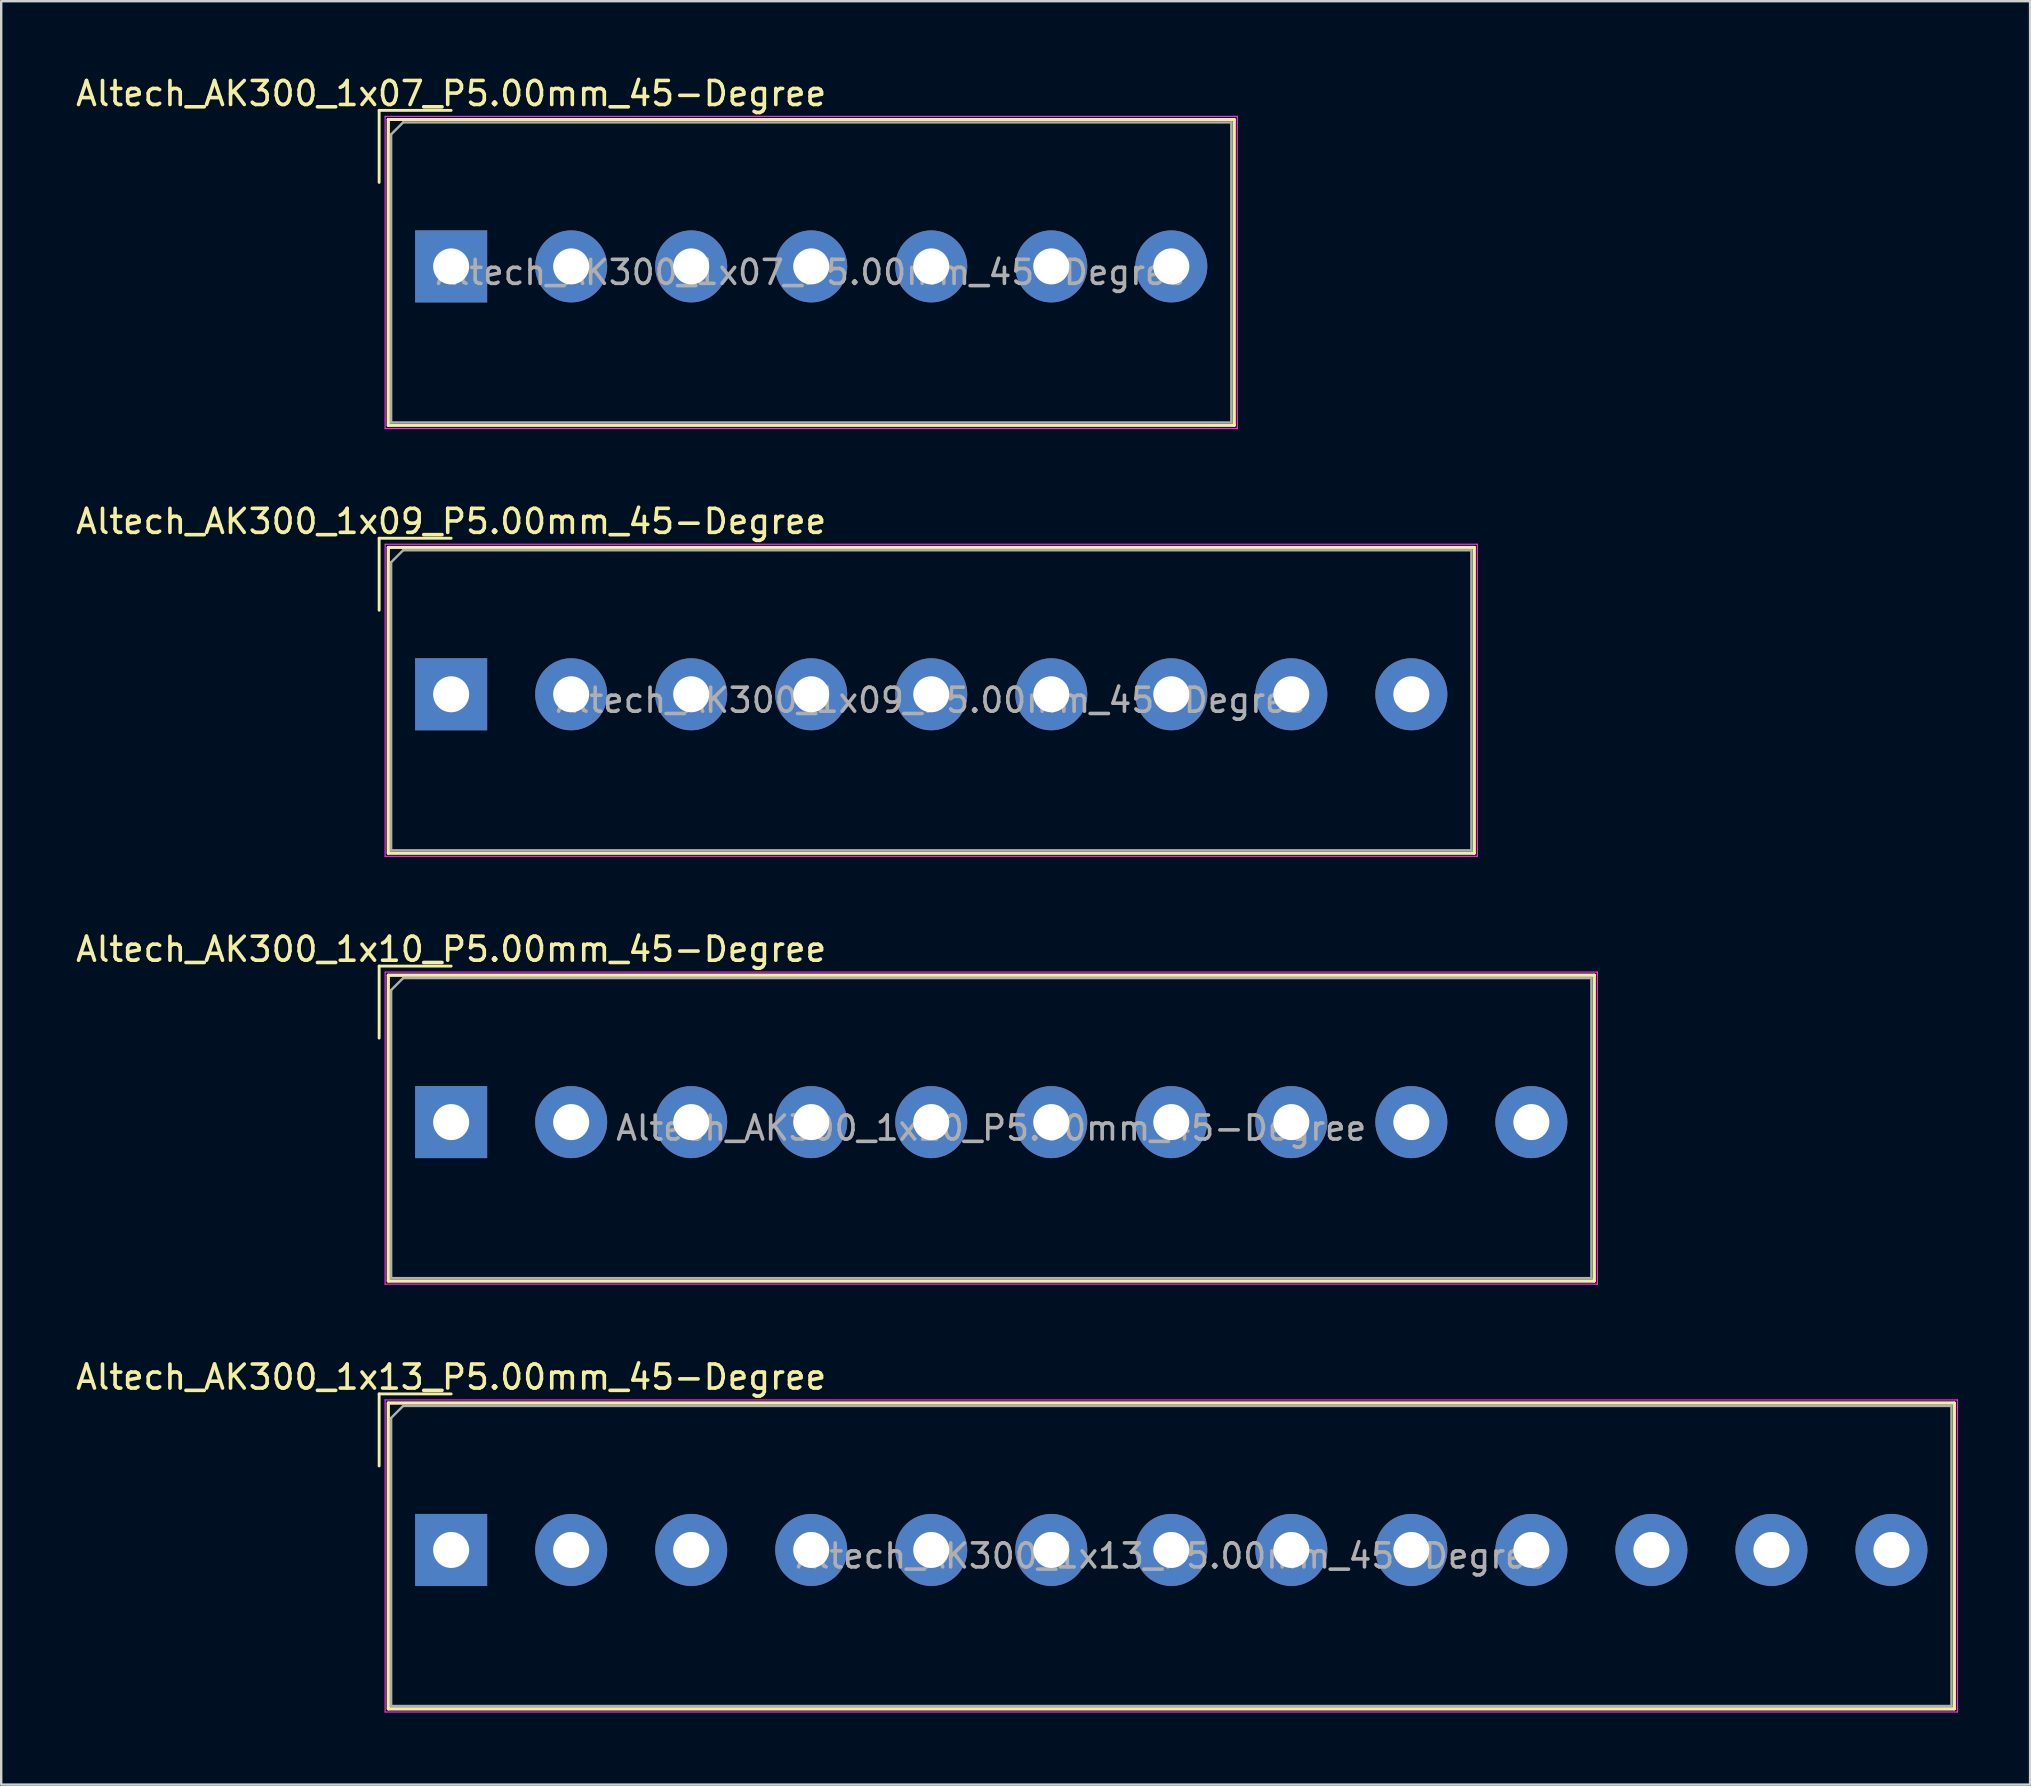
<source format=kicad_pcb>
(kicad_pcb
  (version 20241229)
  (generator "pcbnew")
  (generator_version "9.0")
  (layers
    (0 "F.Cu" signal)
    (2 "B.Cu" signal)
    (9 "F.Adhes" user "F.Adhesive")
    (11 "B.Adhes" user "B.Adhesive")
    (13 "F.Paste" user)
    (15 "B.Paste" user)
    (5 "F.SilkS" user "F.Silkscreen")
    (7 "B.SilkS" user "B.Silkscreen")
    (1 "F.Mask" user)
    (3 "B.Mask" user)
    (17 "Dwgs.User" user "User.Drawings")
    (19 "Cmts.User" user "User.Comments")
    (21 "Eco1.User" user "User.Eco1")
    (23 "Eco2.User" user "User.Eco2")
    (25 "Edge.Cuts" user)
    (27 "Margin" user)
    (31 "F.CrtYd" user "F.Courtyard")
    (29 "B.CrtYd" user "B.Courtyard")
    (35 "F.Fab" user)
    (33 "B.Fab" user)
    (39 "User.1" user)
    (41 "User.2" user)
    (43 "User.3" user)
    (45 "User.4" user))
  (footprint "Altech_AK300_1x13_P5.00mm_45-Degree"
    (layer "F.Cu")
    (at 15.744 61.518)
    (property "Reference" "Altech_AK300_1x13_P5.00mm_45-Degree" (at 0 -7.2 0) (layer "F.SilkS") (effects (font (size 1 1) (thickness 0.15))))
    (attr through_hole)
    (fp_line (start -3 -6.5) (end 0 -6.5) (stroke (width 0.12) (type solid)) (layer "F.SilkS"))
    (fp_line (start -3 -3.5) (end -3 -6.5) (stroke (width 0.12) (type solid)) (layer "F.SilkS"))
    (fp_line (start -2.62 -6.12) (end -2.62 6.62) (stroke (width 0.12) (type solid)) (layer "F.SilkS"))
    (fp_line (start -2.62 -6.12) (end -2.62 6.62) (stroke (width 0.12) (type solid)) (layer "F.SilkS"))
    (fp_line (start -2.62 -6.12) (end 62.62 -6.12) (stroke (width 0.12) (type solid)) (layer "F.SilkS"))
    (fp_line (start -2.62 -6.12) (end 62.62 -6.12) (stroke (width 0.12) (type solid)) (layer "F.SilkS"))
    (fp_line (start -2.62 6.62) (end 62.62 6.62) (stroke (width 0.12) (type solid)) (layer "F.SilkS"))
    (fp_line (start -2.62 6.62) (end 62.62 6.62) (stroke (width 0.12) (type solid)) (layer "F.SilkS"))
    (fp_line (start 62.62 -6.12) (end 62.62 6.62) (stroke (width 0.12) (type solid)) (layer "F.SilkS"))
    (fp_line (start 62.62 -6.12) (end 62.62 6.62) (stroke (width 0.12) (type solid)) (layer "F.SilkS"))
    (fp_line (start -2.75 -6.25) (end -2.75 6.75) (stroke (width 0.05) (type solid)) (layer "F.CrtYd"))
    (fp_line (start -2.75 -6.25) (end 62.75 -6.25) (stroke (width 0.05) (type solid)) (layer "F.CrtYd"))
    (fp_line (start -2.75 6.75) (end 62.75 6.75) (stroke (width 0.05) (type solid)) (layer "F.CrtYd"))
    (fp_line (start 62.75 -6.25) (end 62.75 6.75) (stroke (width 0.05) (type solid)) (layer "F.CrtYd"))
    (fp_line (start -2.5 -5.5) (end -2 -6) (stroke (width 0.1) (type solid)) (layer "F.Fab"))
    (fp_line (start -2.5 6.5) (end -2.5 -5.5) (stroke (width 0.1) (type solid)) (layer "F.Fab"))
    (fp_line (start -2 -6) (end 62.5 -6) (stroke (width 0.1) (type solid)) (layer "F.Fab"))
    (fp_line (start 62.5 -6) (end 62.5 6.5) (stroke (width 0.1) (type solid)) (layer "F.Fab"))
    (fp_line (start 62.5 6.5) (end -2.5 6.5) (stroke (width 0.1) (type solid)) (layer "F.Fab"))
    (fp_text user "${REFERENCE}" (at 30 0.25 0) (layer "F.Fab") (effects (font (size 1 1) (thickness 0.15))))
    (pad "1" thru_hole rect (at 0 0) (size 3 3) (drill 1.5) (layers "*.Cu" "*.Mask"))
    (pad "2" thru_hole circle (at 5 0) (size 3 3) (drill 1.5) (layers "*.Cu" "*.Mask"))
    (pad "3" thru_hole circle (at 10 0) (size 3 3) (drill 1.5) (layers "*.Cu" "*.Mask"))
    (pad "4" thru_hole circle (at 15 0) (size 3 3) (drill 1.5) (layers "*.Cu" "*.Mask"))
    (pad "5" thru_hole circle (at 20 0) (size 3 3) (drill 1.5) (layers "*.Cu" "*.Mask"))
    (pad "6" thru_hole circle (at 25 0) (size 3 3) (drill 1.5) (layers "*.Cu" "*.Mask"))
    (pad "7" thru_hole circle (at 30 0) (size 3 3) (drill 1.5) (layers "*.Cu" "*.Mask"))
    (pad "8" thru_hole circle (at 35 0) (size 3 3) (drill 1.5) (layers "*.Cu" "*.Mask"))
    (pad "9" thru_hole circle (at 40 0) (size 3 3) (drill 1.5) (layers "*.Cu" "*.Mask"))
    (pad "10" thru_hole circle (at 45 0) (size 3 3) (drill 1.5) (layers "*.Cu" "*.Mask"))
    (pad "11" thru_hole circle (at 50 0) (size 3 3) (drill 1.5) (layers "*.Cu" "*.Mask"))
    (pad "12" thru_hole circle (at 55 0) (size 3 3) (drill 1.5) (layers "*.Cu" "*.Mask"))
    (pad "13" thru_hole circle (at 60 0) (size 3 3) (drill 1.5) (layers "*.Cu" "*.Mask")))
  (footprint "Altech_AK300_1x07_P5.00mm_45-Degree"
    (layer "F.Cu")
    (at 15.744 8.048)
    (property "Reference" "Altech_AK300_1x07_P5.00mm_45-Degree" (at 0 -7.2 0) (layer "F.SilkS") (effects (font (size 1 1) (thickness 0.15))))
    (attr through_hole)
    (fp_line (start -3 -6.5) (end 0 -6.5) (stroke (width 0.12) (type solid)) (layer "F.SilkS"))
    (fp_line (start -3 -3.5) (end -3 -6.5) (stroke (width 0.12) (type solid)) (layer "F.SilkS"))
    (fp_line (start -2.62 -6.12) (end -2.62 6.62) (stroke (width 0.12) (type solid)) (layer "F.SilkS"))
    (fp_line (start -2.62 -6.12) (end -2.62 6.62) (stroke (width 0.12) (type solid)) (layer "F.SilkS"))
    (fp_line (start -2.62 -6.12) (end 32.62 -6.12) (stroke (width 0.12) (type solid)) (layer "F.SilkS"))
    (fp_line (start -2.62 -6.12) (end 32.62 -6.12) (stroke (width 0.12) (type solid)) (layer "F.SilkS"))
    (fp_line (start -2.62 6.62) (end 32.62 6.62) (stroke (width 0.12) (type solid)) (layer "F.SilkS"))
    (fp_line (start -2.62 6.62) (end 32.62 6.62) (stroke (width 0.12) (type solid)) (layer "F.SilkS"))
    (fp_line (start 32.62 -6.12) (end 32.62 6.62) (stroke (width 0.12) (type solid)) (layer "F.SilkS"))
    (fp_line (start 32.62 -6.12) (end 32.62 6.62) (stroke (width 0.12) (type solid)) (layer "F.SilkS"))
    (fp_line (start -2.75 -6.25) (end -2.75 6.75) (stroke (width 0.05) (type solid)) (layer "F.CrtYd"))
    (fp_line (start -2.75 -6.25) (end 32.75 -6.25) (stroke (width 0.05) (type solid)) (layer "F.CrtYd"))
    (fp_line (start -2.75 6.75) (end 32.75 6.75) (stroke (width 0.05) (type solid)) (layer "F.CrtYd"))
    (fp_line (start 32.75 -6.25) (end 32.75 6.75) (stroke (width 0.05) (type solid)) (layer "F.CrtYd"))
    (fp_line (start -2.5 -5.5) (end -2 -6) (stroke (width 0.1) (type solid)) (layer "F.Fab"))
    (fp_line (start -2.5 6.5) (end -2.5 -5.5) (stroke (width 0.1) (type solid)) (layer "F.Fab"))
    (fp_line (start -2 -6) (end 32.5 -6) (stroke (width 0.1) (type solid)) (layer "F.Fab"))
    (fp_line (start 32.5 -6) (end 32.5 6.5) (stroke (width 0.1) (type solid)) (layer "F.Fab"))
    (fp_line (start 32.5 6.5) (end -2.5 6.5) (stroke (width 0.1) (type solid)) (layer "F.Fab"))
    (fp_text user "${REFERENCE}" (at 15 0.25 0) (layer "F.Fab") (effects (font (size 1 1) (thickness 0.15))))
    (pad "1" thru_hole rect (at 0 0) (size 3 3) (drill 1.5) (layers "*.Cu" "*.Mask"))
    (pad "2" thru_hole circle (at 5 0) (size 3 3) (drill 1.5) (layers "*.Cu" "*.Mask"))
    (pad "3" thru_hole circle (at 10 0) (size 3 3) (drill 1.5) (layers "*.Cu" "*.Mask"))
    (pad "4" thru_hole circle (at 15 0) (size 3 3) (drill 1.5) (layers "*.Cu" "*.Mask"))
    (pad "5" thru_hole circle (at 20 0) (size 3 3) (drill 1.5) (layers "*.Cu" "*.Mask"))
    (pad "6" thru_hole circle (at 25 0) (size 3 3) (drill 1.5) (layers "*.Cu" "*.Mask"))
    (pad "7" thru_hole circle (at 30 0) (size 3 3) (drill 1.5) (layers "*.Cu" "*.Mask")))
  (footprint "Altech_AK300_1x10_P5.00mm_45-Degree"
    (layer "F.Cu")
    (at 15.744 43.695)
    (property "Reference" "Altech_AK300_1x10_P5.00mm_45-Degree" (at 0 -7.2 0) (layer "F.SilkS") (effects (font (size 1 1) (thickness 0.15))))
    (attr through_hole)
    (fp_line (start -3 -6.5) (end 0 -6.5) (stroke (width 0.12) (type solid)) (layer "F.SilkS"))
    (fp_line (start -3 -3.5) (end -3 -6.5) (stroke (width 0.12) (type solid)) (layer "F.SilkS"))
    (fp_line (start -2.62 -6.12) (end -2.62 6.62) (stroke (width 0.12) (type solid)) (layer "F.SilkS"))
    (fp_line (start -2.62 -6.12) (end -2.62 6.62) (stroke (width 0.12) (type solid)) (layer "F.SilkS"))
    (fp_line (start -2.62 -6.12) (end 47.62 -6.12) (stroke (width 0.12) (type solid)) (layer "F.SilkS"))
    (fp_line (start -2.62 -6.12) (end 47.62 -6.12) (stroke (width 0.12) (type solid)) (layer "F.SilkS"))
    (fp_line (start -2.62 6.62) (end 47.62 6.62) (stroke (width 0.12) (type solid)) (layer "F.SilkS"))
    (fp_line (start -2.62 6.62) (end 47.62 6.62) (stroke (width 0.12) (type solid)) (layer "F.SilkS"))
    (fp_line (start 47.62 -6.12) (end 47.62 6.62) (stroke (width 0.12) (type solid)) (layer "F.SilkS"))
    (fp_line (start 47.62 -6.12) (end 47.62 6.62) (stroke (width 0.12) (type solid)) (layer "F.SilkS"))
    (fp_line (start -2.75 -6.25) (end -2.75 6.75) (stroke (width 0.05) (type solid)) (layer "F.CrtYd"))
    (fp_line (start -2.75 -6.25) (end 47.75 -6.25) (stroke (width 0.05) (type solid)) (layer "F.CrtYd"))
    (fp_line (start -2.75 6.75) (end 47.75 6.75) (stroke (width 0.05) (type solid)) (layer "F.CrtYd"))
    (fp_line (start 47.75 -6.25) (end 47.75 6.75) (stroke (width 0.05) (type solid)) (layer "F.CrtYd"))
    (fp_line (start -2.5 -5.5) (end -2 -6) (stroke (width 0.1) (type solid)) (layer "F.Fab"))
    (fp_line (start -2.5 6.5) (end -2.5 -5.5) (stroke (width 0.1) (type solid)) (layer "F.Fab"))
    (fp_line (start -2 -6) (end 47.5 -6) (stroke (width 0.1) (type solid)) (layer "F.Fab"))
    (fp_line (start 47.5 -6) (end 47.5 6.5) (stroke (width 0.1) (type solid)) (layer "F.Fab"))
    (fp_line (start 47.5 6.5) (end -2.5 6.5) (stroke (width 0.1) (type solid)) (layer "F.Fab"))
    (fp_text user "${REFERENCE}" (at 22.5 0.25 0) (layer "F.Fab") (effects (font (size 1 1) (thickness 0.15))))
    (pad "1" thru_hole rect (at 0 0) (size 3 3) (drill 1.5) (layers "*.Cu" "*.Mask"))
    (pad "2" thru_hole circle (at 5 0) (size 3 3) (drill 1.5) (layers "*.Cu" "*.Mask"))
    (pad "3" thru_hole circle (at 10 0) (size 3 3) (drill 1.5) (layers "*.Cu" "*.Mask"))
    (pad "4" thru_hole circle (at 15 0) (size 3 3) (drill 1.5) (layers "*.Cu" "*.Mask"))
    (pad "5" thru_hole circle (at 20 0) (size 3 3) (drill 1.5) (layers "*.Cu" "*.Mask"))
    (pad "6" thru_hole circle (at 25 0) (size 3 3) (drill 1.5) (layers "*.Cu" "*.Mask"))
    (pad "7" thru_hole circle (at 30 0) (size 3 3) (drill 1.5) (layers "*.Cu" "*.Mask"))
    (pad "8" thru_hole circle (at 35 0) (size 3 3) (drill 1.5) (layers "*.Cu" "*.Mask"))
    (pad "9" thru_hole circle (at 40 0) (size 3 3) (drill 1.5) (layers "*.Cu" "*.Mask"))
    (pad "10" thru_hole circle (at 45 0) (size 3 3) (drill 1.5) (layers "*.Cu" "*.Mask")))
  (footprint "Altech_AK300_1x09_P5.00mm_45-Degree"
    (layer "F.Cu")
    (at 15.744 25.872)
    (property "Reference" "Altech_AK300_1x09_P5.00mm_45-Degree" (at 0 -7.2 0) (layer "F.SilkS") (effects (font (size 1 1) (thickness 0.15))))
    (attr through_hole)
    (fp_line (start -3 -6.5) (end 0 -6.5) (stroke (width 0.12) (type solid)) (layer "F.SilkS"))
    (fp_line (start -3 -3.5) (end -3 -6.5) (stroke (width 0.12) (type solid)) (layer "F.SilkS"))
    (fp_line (start -2.62 -6.12) (end -2.62 6.62) (stroke (width 0.12) (type solid)) (layer "F.SilkS"))
    (fp_line (start -2.62 -6.12) (end -2.62 6.62) (stroke (width 0.12) (type solid)) (layer "F.SilkS"))
    (fp_line (start -2.62 -6.12) (end 42.62 -6.12) (stroke (width 0.12) (type solid)) (layer "F.SilkS"))
    (fp_line (start -2.62 -6.12) (end 42.62 -6.12) (stroke (width 0.12) (type solid)) (layer "F.SilkS"))
    (fp_line (start -2.62 6.62) (end 42.62 6.62) (stroke (width 0.12) (type solid)) (layer "F.SilkS"))
    (fp_line (start -2.62 6.62) (end 42.62 6.62) (stroke (width 0.12) (type solid)) (layer "F.SilkS"))
    (fp_line (start 42.62 -6.12) (end 42.62 6.62) (stroke (width 0.12) (type solid)) (layer "F.SilkS"))
    (fp_line (start 42.62 -6.12) (end 42.62 6.62) (stroke (width 0.12) (type solid)) (layer "F.SilkS"))
    (fp_line (start -2.75 -6.25) (end -2.75 6.75) (stroke (width 0.05) (type solid)) (layer "F.CrtYd"))
    (fp_line (start -2.75 -6.25) (end 42.75 -6.25) (stroke (width 0.05) (type solid)) (layer "F.CrtYd"))
    (fp_line (start -2.75 6.75) (end 42.75 6.75) (stroke (width 0.05) (type solid)) (layer "F.CrtYd"))
    (fp_line (start 42.75 -6.25) (end 42.75 6.75) (stroke (width 0.05) (type solid)) (layer "F.CrtYd"))
    (fp_line (start -2.5 -5.5) (end -2 -6) (stroke (width 0.1) (type solid)) (layer "F.Fab"))
    (fp_line (start -2.5 6.5) (end -2.5 -5.5) (stroke (width 0.1) (type solid)) (layer "F.Fab"))
    (fp_line (start -2 -6) (end 42.5 -6) (stroke (width 0.1) (type solid)) (layer "F.Fab"))
    (fp_line (start 42.5 -6) (end 42.5 6.5) (stroke (width 0.1) (type solid)) (layer "F.Fab"))
    (fp_line (start 42.5 6.5) (end -2.5 6.5) (stroke (width 0.1) (type solid)) (layer "F.Fab"))
    (fp_text user "${REFERENCE}" (at 20 0.25 0) (layer "F.Fab") (effects (font (size 1 1) (thickness 0.15))))
    (pad "1" thru_hole rect (at 0 0) (size 3 3) (drill 1.5) (layers "*.Cu" "*.Mask"))
    (pad "2" thru_hole circle (at 5 0) (size 3 3) (drill 1.5) (layers "*.Cu" "*.Mask"))
    (pad "3" thru_hole circle (at 10 0) (size 3 3) (drill 1.5) (layers "*.Cu" "*.Mask"))
    (pad "4" thru_hole circle (at 15 0) (size 3 3) (drill 1.5) (layers "*.Cu" "*.Mask"))
    (pad "5" thru_hole circle (at 20 0) (size 3 3) (drill 1.5) (layers "*.Cu" "*.Mask"))
    (pad "6" thru_hole circle (at 25 0) (size 3 3) (drill 1.5) (layers "*.Cu" "*.Mask"))
    (pad "7" thru_hole circle (at 30 0) (size 3 3) (drill 1.5) (layers "*.Cu" "*.Mask"))
    (pad "8" thru_hole circle (at 35 0) (size 3 3) (drill 1.5) (layers "*.Cu" "*.Mask"))
    (pad "9" thru_hole circle (at 40 0) (size 3 3) (drill 1.5) (layers "*.Cu" "*.Mask")))
  (gr_rect
    (start -3 -3)
    (end 81.519 71.293)
    (stroke (width 0.1) (type default))
    (fill no)
    (layer "Edge.Cuts")))
</source>
